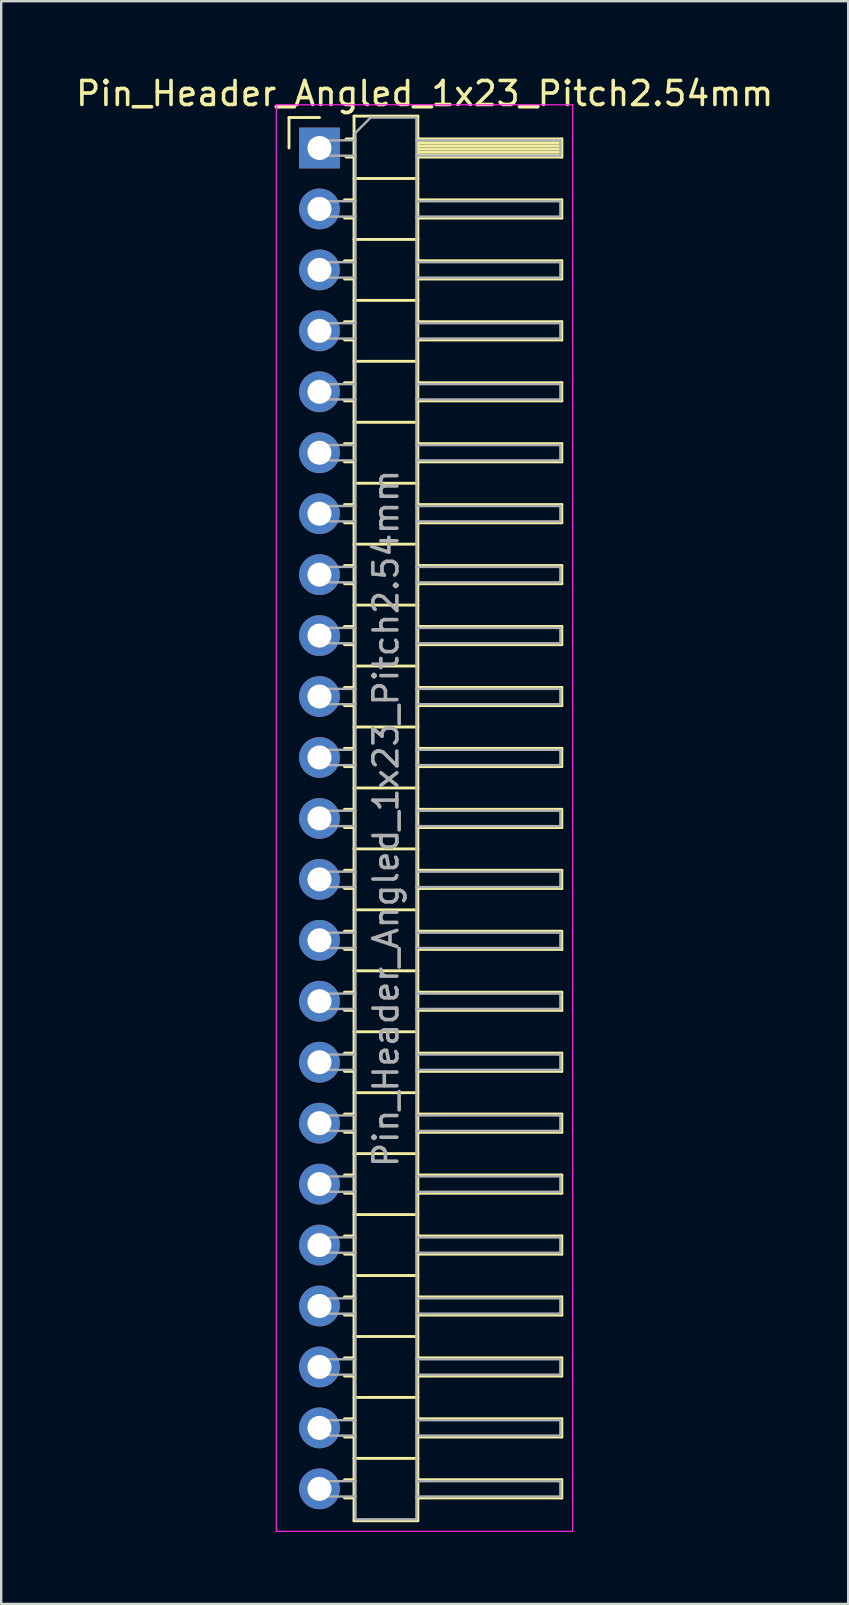
<source format=kicad_pcb>
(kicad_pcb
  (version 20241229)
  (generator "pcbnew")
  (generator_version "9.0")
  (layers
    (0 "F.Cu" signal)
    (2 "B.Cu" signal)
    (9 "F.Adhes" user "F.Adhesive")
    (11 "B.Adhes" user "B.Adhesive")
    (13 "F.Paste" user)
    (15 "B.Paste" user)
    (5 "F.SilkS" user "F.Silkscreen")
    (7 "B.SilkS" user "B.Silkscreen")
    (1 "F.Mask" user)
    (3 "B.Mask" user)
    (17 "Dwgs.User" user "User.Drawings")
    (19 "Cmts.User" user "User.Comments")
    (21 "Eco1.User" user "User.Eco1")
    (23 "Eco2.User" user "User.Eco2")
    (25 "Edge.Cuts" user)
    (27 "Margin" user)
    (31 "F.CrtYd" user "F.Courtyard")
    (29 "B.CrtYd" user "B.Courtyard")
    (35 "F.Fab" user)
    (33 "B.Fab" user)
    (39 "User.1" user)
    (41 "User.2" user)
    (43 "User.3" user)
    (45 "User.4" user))
  (footprint "Pin_Header_Angled_1x23_Pitch2.54mm"
    (layer "F.Cu")
    (at 10.264 3.118)
    (property "Reference" "Pin_Header_Angled_1x23_Pitch2.54mm" (at 4.385 -2.27 0) (layer "F.SilkS") (effects (font (size 1 1) (thickness 0.15))))
    (attr through_hole)
    (fp_line (start -1.27 -1.27) (end 0 -1.27) (stroke (width 0.12) (type solid)) (layer "F.SilkS"))
    (fp_line (start -1.27 0) (end -1.27 -1.27) (stroke (width 0.12) (type solid)) (layer "F.SilkS"))
    (fp_line (start 1.043 2.16) (end 1.44 2.16) (stroke (width 0.12) (type solid)) (layer "F.SilkS"))
    (fp_line (start 1.043 2.92) (end 1.44 2.92) (stroke (width 0.12) (type solid)) (layer "F.SilkS"))
    (fp_line (start 1.043 4.7) (end 1.44 4.7) (stroke (width 0.12) (type solid)) (layer "F.SilkS"))
    (fp_line (start 1.043 5.46) (end 1.44 5.46) (stroke (width 0.12) (type solid)) (layer "F.SilkS"))
    (fp_line (start 1.043 7.24) (end 1.44 7.24) (stroke (width 0.12) (type solid)) (layer "F.SilkS"))
    (fp_line (start 1.043 8) (end 1.44 8) (stroke (width 0.12) (type solid)) (layer "F.SilkS"))
    (fp_line (start 1.043 9.78) (end 1.44 9.78) (stroke (width 0.12) (type solid)) (layer "F.SilkS"))
    (fp_line (start 1.043 10.54) (end 1.44 10.54) (stroke (width 0.12) (type solid)) (layer "F.SilkS"))
    (fp_line (start 1.043 12.32) (end 1.44 12.32) (stroke (width 0.12) (type solid)) (layer "F.SilkS"))
    (fp_line (start 1.043 13.08) (end 1.44 13.08) (stroke (width 0.12) (type solid)) (layer "F.SilkS"))
    (fp_line (start 1.043 14.86) (end 1.44 14.86) (stroke (width 0.12) (type solid)) (layer "F.SilkS"))
    (fp_line (start 1.043 15.62) (end 1.44 15.62) (stroke (width 0.12) (type solid)) (layer "F.SilkS"))
    (fp_line (start 1.043 17.4) (end 1.44 17.4) (stroke (width 0.12) (type solid)) (layer "F.SilkS"))
    (fp_line (start 1.043 18.16) (end 1.44 18.16) (stroke (width 0.12) (type solid)) (layer "F.SilkS"))
    (fp_line (start 1.043 19.94) (end 1.44 19.94) (stroke (width 0.12) (type solid)) (layer "F.SilkS"))
    (fp_line (start 1.043 20.7) (end 1.44 20.7) (stroke (width 0.12) (type solid)) (layer "F.SilkS"))
    (fp_line (start 1.043 22.48) (end 1.44 22.48) (stroke (width 0.12) (type solid)) (layer "F.SilkS"))
    (fp_line (start 1.043 23.24) (end 1.44 23.24) (stroke (width 0.12) (type solid)) (layer "F.SilkS"))
    (fp_line (start 1.043 25.02) (end 1.44 25.02) (stroke (width 0.12) (type solid)) (layer "F.SilkS"))
    (fp_line (start 1.043 25.78) (end 1.44 25.78) (stroke (width 0.12) (type solid)) (layer "F.SilkS"))
    (fp_line (start 1.043 27.56) (end 1.44 27.56) (stroke (width 0.12) (type solid)) (layer "F.SilkS"))
    (fp_line (start 1.043 28.32) (end 1.44 28.32) (stroke (width 0.12) (type solid)) (layer "F.SilkS"))
    (fp_line (start 1.043 30.1) (end 1.44 30.1) (stroke (width 0.12) (type solid)) (layer "F.SilkS"))
    (fp_line (start 1.043 30.86) (end 1.44 30.86) (stroke (width 0.12) (type solid)) (layer "F.SilkS"))
    (fp_line (start 1.043 32.64) (end 1.44 32.64) (stroke (width 0.12) (type solid)) (layer "F.SilkS"))
    (fp_line (start 1.043 33.4) (end 1.44 33.4) (stroke (width 0.12) (type solid)) (layer "F.SilkS"))
    (fp_line (start 1.043 35.18) (end 1.44 35.18) (stroke (width 0.12) (type solid)) (layer "F.SilkS"))
    (fp_line (start 1.043 35.94) (end 1.44 35.94) (stroke (width 0.12) (type solid)) (layer "F.SilkS"))
    (fp_line (start 1.043 37.72) (end 1.44 37.72) (stroke (width 0.12) (type solid)) (layer "F.SilkS"))
    (fp_line (start 1.043 38.48) (end 1.44 38.48) (stroke (width 0.12) (type solid)) (layer "F.SilkS"))
    (fp_line (start 1.043 40.26) (end 1.44 40.26) (stroke (width 0.12) (type solid)) (layer "F.SilkS"))
    (fp_line (start 1.043 41.02) (end 1.44 41.02) (stroke (width 0.12) (type solid)) (layer "F.SilkS"))
    (fp_line (start 1.043 42.8) (end 1.44 42.8) (stroke (width 0.12) (type solid)) (layer "F.SilkS"))
    (fp_line (start 1.043 43.56) (end 1.44 43.56) (stroke (width 0.12) (type solid)) (layer "F.SilkS"))
    (fp_line (start 1.043 45.34) (end 1.44 45.34) (stroke (width 0.12) (type solid)) (layer "F.SilkS"))
    (fp_line (start 1.043 46.1) (end 1.44 46.1) (stroke (width 0.12) (type solid)) (layer "F.SilkS"))
    (fp_line (start 1.043 47.88) (end 1.44 47.88) (stroke (width 0.12) (type solid)) (layer "F.SilkS"))
    (fp_line (start 1.043 48.64) (end 1.44 48.64) (stroke (width 0.12) (type solid)) (layer "F.SilkS"))
    (fp_line (start 1.043 50.42) (end 1.44 50.42) (stroke (width 0.12) (type solid)) (layer "F.SilkS"))
    (fp_line (start 1.043 51.18) (end 1.44 51.18) (stroke (width 0.12) (type solid)) (layer "F.SilkS"))
    (fp_line (start 1.043 52.96) (end 1.44 52.96) (stroke (width 0.12) (type solid)) (layer "F.SilkS"))
    (fp_line (start 1.043 53.72) (end 1.44 53.72) (stroke (width 0.12) (type solid)) (layer "F.SilkS"))
    (fp_line (start 1.043 55.5) (end 1.44 55.5) (stroke (width 0.12) (type solid)) (layer "F.SilkS"))
    (fp_line (start 1.043 56.26) (end 1.44 56.26) (stroke (width 0.12) (type solid)) (layer "F.SilkS"))
    (fp_line (start 1.11 -0.38) (end 1.44 -0.38) (stroke (width 0.12) (type solid)) (layer "F.SilkS"))
    (fp_line (start 1.11 0.38) (end 1.44 0.38) (stroke (width 0.12) (type solid)) (layer "F.SilkS"))
    (fp_line (start 1.44 -1.33) (end 1.44 57.21) (stroke (width 0.12) (type solid)) (layer "F.SilkS"))
    (fp_line (start 1.44 1.27) (end 4.1 1.27) (stroke (width 0.12) (type solid)) (layer "F.SilkS"))
    (fp_line (start 1.44 3.81) (end 4.1 3.81) (stroke (width 0.12) (type solid)) (layer "F.SilkS"))
    (fp_line (start 1.44 6.35) (end 4.1 6.35) (stroke (width 0.12) (type solid)) (layer "F.SilkS"))
    (fp_line (start 1.44 8.89) (end 4.1 8.89) (stroke (width 0.12) (type solid)) (layer "F.SilkS"))
    (fp_line (start 1.44 11.43) (end 4.1 11.43) (stroke (width 0.12) (type solid)) (layer "F.SilkS"))
    (fp_line (start 1.44 13.97) (end 4.1 13.97) (stroke (width 0.12) (type solid)) (layer "F.SilkS"))
    (fp_line (start 1.44 16.51) (end 4.1 16.51) (stroke (width 0.12) (type solid)) (layer "F.SilkS"))
    (fp_line (start 1.44 19.05) (end 4.1 19.05) (stroke (width 0.12) (type solid)) (layer "F.SilkS"))
    (fp_line (start 1.44 21.59) (end 4.1 21.59) (stroke (width 0.12) (type solid)) (layer "F.SilkS"))
    (fp_line (start 1.44 24.13) (end 4.1 24.13) (stroke (width 0.12) (type solid)) (layer "F.SilkS"))
    (fp_line (start 1.44 26.67) (end 4.1 26.67) (stroke (width 0.12) (type solid)) (layer "F.SilkS"))
    (fp_line (start 1.44 29.21) (end 4.1 29.21) (stroke (width 0.12) (type solid)) (layer "F.SilkS"))
    (fp_line (start 1.44 31.75) (end 4.1 31.75) (stroke (width 0.12) (type solid)) (layer "F.SilkS"))
    (fp_line (start 1.44 34.29) (end 4.1 34.29) (stroke (width 0.12) (type solid)) (layer "F.SilkS"))
    (fp_line (start 1.44 36.83) (end 4.1 36.83) (stroke (width 0.12) (type solid)) (layer "F.SilkS"))
    (fp_line (start 1.44 39.37) (end 4.1 39.37) (stroke (width 0.12) (type solid)) (layer "F.SilkS"))
    (fp_line (start 1.44 41.91) (end 4.1 41.91) (stroke (width 0.12) (type solid)) (layer "F.SilkS"))
    (fp_line (start 1.44 44.45) (end 4.1 44.45) (stroke (width 0.12) (type solid)) (layer "F.SilkS"))
    (fp_line (start 1.44 46.99) (end 4.1 46.99) (stroke (width 0.12) (type solid)) (layer "F.SilkS"))
    (fp_line (start 1.44 49.53) (end 4.1 49.53) (stroke (width 0.12) (type solid)) (layer "F.SilkS"))
    (fp_line (start 1.44 52.07) (end 4.1 52.07) (stroke (width 0.12) (type solid)) (layer "F.SilkS"))
    (fp_line (start 1.44 54.61) (end 4.1 54.61) (stroke (width 0.12) (type solid)) (layer "F.SilkS"))
    (fp_line (start 1.44 57.21) (end 4.1 57.21) (stroke (width 0.12) (type solid)) (layer "F.SilkS"))
    (fp_line (start 4.1 -1.33) (end 1.44 -1.33) (stroke (width 0.12) (type solid)) (layer "F.SilkS"))
    (fp_line (start 4.1 -0.38) (end 10.1 -0.38) (stroke (width 0.12) (type solid)) (layer "F.SilkS"))
    (fp_line (start 4.1 -0.32) (end 10.1 -0.32) (stroke (width 0.12) (type solid)) (layer "F.SilkS"))
    (fp_line (start 4.1 -0.2) (end 10.1 -0.2) (stroke (width 0.12) (type solid)) (layer "F.SilkS"))
    (fp_line (start 4.1 -0.08) (end 10.1 -0.08) (stroke (width 0.12) (type solid)) (layer "F.SilkS"))
    (fp_line (start 4.1 0.04) (end 10.1 0.04) (stroke (width 0.12) (type solid)) (layer "F.SilkS"))
    (fp_line (start 4.1 0.16) (end 10.1 0.16) (stroke (width 0.12) (type solid)) (layer "F.SilkS"))
    (fp_line (start 4.1 0.28) (end 10.1 0.28) (stroke (width 0.12) (type solid)) (layer "F.SilkS"))
    (fp_line (start 4.1 2.16) (end 10.1 2.16) (stroke (width 0.12) (type solid)) (layer "F.SilkS"))
    (fp_line (start 4.1 4.7) (end 10.1 4.7) (stroke (width 0.12) (type solid)) (layer "F.SilkS"))
    (fp_line (start 4.1 7.24) (end 10.1 7.24) (stroke (width 0.12) (type solid)) (layer "F.SilkS"))
    (fp_line (start 4.1 9.78) (end 10.1 9.78) (stroke (width 0.12) (type solid)) (layer "F.SilkS"))
    (fp_line (start 4.1 12.32) (end 10.1 12.32) (stroke (width 0.12) (type solid)) (layer "F.SilkS"))
    (fp_line (start 4.1 14.86) (end 10.1 14.86) (stroke (width 0.12) (type solid)) (layer "F.SilkS"))
    (fp_line (start 4.1 17.4) (end 10.1 17.4) (stroke (width 0.12) (type solid)) (layer "F.SilkS"))
    (fp_line (start 4.1 19.94) (end 10.1 19.94) (stroke (width 0.12) (type solid)) (layer "F.SilkS"))
    (fp_line (start 4.1 22.48) (end 10.1 22.48) (stroke (width 0.12) (type solid)) (layer "F.SilkS"))
    (fp_line (start 4.1 25.02) (end 10.1 25.02) (stroke (width 0.12) (type solid)) (layer "F.SilkS"))
    (fp_line (start 4.1 27.56) (end 10.1 27.56) (stroke (width 0.12) (type solid)) (layer "F.SilkS"))
    (fp_line (start 4.1 30.1) (end 10.1 30.1) (stroke (width 0.12) (type solid)) (layer "F.SilkS"))
    (fp_line (start 4.1 32.64) (end 10.1 32.64) (stroke (width 0.12) (type solid)) (layer "F.SilkS"))
    (fp_line (start 4.1 35.18) (end 10.1 35.18) (stroke (width 0.12) (type solid)) (layer "F.SilkS"))
    (fp_line (start 4.1 37.72) (end 10.1 37.72) (stroke (width 0.12) (type solid)) (layer "F.SilkS"))
    (fp_line (start 4.1 40.26) (end 10.1 40.26) (stroke (width 0.12) (type solid)) (layer "F.SilkS"))
    (fp_line (start 4.1 42.8) (end 10.1 42.8) (stroke (width 0.12) (type solid)) (layer "F.SilkS"))
    (fp_line (start 4.1 45.34) (end 10.1 45.34) (stroke (width 0.12) (type solid)) (layer "F.SilkS"))
    (fp_line (start 4.1 47.88) (end 10.1 47.88) (stroke (width 0.12) (type solid)) (layer "F.SilkS"))
    (fp_line (start 4.1 50.42) (end 10.1 50.42) (stroke (width 0.12) (type solid)) (layer "F.SilkS"))
    (fp_line (start 4.1 52.96) (end 10.1 52.96) (stroke (width 0.12) (type solid)) (layer "F.SilkS"))
    (fp_line (start 4.1 55.5) (end 10.1 55.5) (stroke (width 0.12) (type solid)) (layer "F.SilkS"))
    (fp_line (start 4.1 57.21) (end 4.1 -1.33) (stroke (width 0.12) (type solid)) (layer "F.SilkS"))
    (fp_line (start 10.1 -0.38) (end 10.1 0.38) (stroke (width 0.12) (type solid)) (layer "F.SilkS"))
    (fp_line (start 10.1 0.38) (end 4.1 0.38) (stroke (width 0.12) (type solid)) (layer "F.SilkS"))
    (fp_line (start 10.1 2.16) (end 10.1 2.92) (stroke (width 0.12) (type solid)) (layer "F.SilkS"))
    (fp_line (start 10.1 2.92) (end 4.1 2.92) (stroke (width 0.12) (type solid)) (layer "F.SilkS"))
    (fp_line (start 10.1 4.7) (end 10.1 5.46) (stroke (width 0.12) (type solid)) (layer "F.SilkS"))
    (fp_line (start 10.1 5.46) (end 4.1 5.46) (stroke (width 0.12) (type solid)) (layer "F.SilkS"))
    (fp_line (start 10.1 7.24) (end 10.1 8) (stroke (width 0.12) (type solid)) (layer "F.SilkS"))
    (fp_line (start 10.1 8) (end 4.1 8) (stroke (width 0.12) (type solid)) (layer "F.SilkS"))
    (fp_line (start 10.1 9.78) (end 10.1 10.54) (stroke (width 0.12) (type solid)) (layer "F.SilkS"))
    (fp_line (start 10.1 10.54) (end 4.1 10.54) (stroke (width 0.12) (type solid)) (layer "F.SilkS"))
    (fp_line (start 10.1 12.32) (end 10.1 13.08) (stroke (width 0.12) (type solid)) (layer "F.SilkS"))
    (fp_line (start 10.1 13.08) (end 4.1 13.08) (stroke (width 0.12) (type solid)) (layer "F.SilkS"))
    (fp_line (start 10.1 14.86) (end 10.1 15.62) (stroke (width 0.12) (type solid)) (layer "F.SilkS"))
    (fp_line (start 10.1 15.62) (end 4.1 15.62) (stroke (width 0.12) (type solid)) (layer "F.SilkS"))
    (fp_line (start 10.1 17.4) (end 10.1 18.16) (stroke (width 0.12) (type solid)) (layer "F.SilkS"))
    (fp_line (start 10.1 18.16) (end 4.1 18.16) (stroke (width 0.12) (type solid)) (layer "F.SilkS"))
    (fp_line (start 10.1 19.94) (end 10.1 20.7) (stroke (width 0.12) (type solid)) (layer "F.SilkS"))
    (fp_line (start 10.1 20.7) (end 4.1 20.7) (stroke (width 0.12) (type solid)) (layer "F.SilkS"))
    (fp_line (start 10.1 22.48) (end 10.1 23.24) (stroke (width 0.12) (type solid)) (layer "F.SilkS"))
    (fp_line (start 10.1 23.24) (end 4.1 23.24) (stroke (width 0.12) (type solid)) (layer "F.SilkS"))
    (fp_line (start 10.1 25.02) (end 10.1 25.78) (stroke (width 0.12) (type solid)) (layer "F.SilkS"))
    (fp_line (start 10.1 25.78) (end 4.1 25.78) (stroke (width 0.12) (type solid)) (layer "F.SilkS"))
    (fp_line (start 10.1 27.56) (end 10.1 28.32) (stroke (width 0.12) (type solid)) (layer "F.SilkS"))
    (fp_line (start 10.1 28.32) (end 4.1 28.32) (stroke (width 0.12) (type solid)) (layer "F.SilkS"))
    (fp_line (start 10.1 30.1) (end 10.1 30.86) (stroke (width 0.12) (type solid)) (layer "F.SilkS"))
    (fp_line (start 10.1 30.86) (end 4.1 30.86) (stroke (width 0.12) (type solid)) (layer "F.SilkS"))
    (fp_line (start 10.1 32.64) (end 10.1 33.4) (stroke (width 0.12) (type solid)) (layer "F.SilkS"))
    (fp_line (start 10.1 33.4) (end 4.1 33.4) (stroke (width 0.12) (type solid)) (layer "F.SilkS"))
    (fp_line (start 10.1 35.18) (end 10.1 35.94) (stroke (width 0.12) (type solid)) (layer "F.SilkS"))
    (fp_line (start 10.1 35.94) (end 4.1 35.94) (stroke (width 0.12) (type solid)) (layer "F.SilkS"))
    (fp_line (start 10.1 37.72) (end 10.1 38.48) (stroke (width 0.12) (type solid)) (layer "F.SilkS"))
    (fp_line (start 10.1 38.48) (end 4.1 38.48) (stroke (width 0.12) (type solid)) (layer "F.SilkS"))
    (fp_line (start 10.1 40.26) (end 10.1 41.02) (stroke (width 0.12) (type solid)) (layer "F.SilkS"))
    (fp_line (start 10.1 41.02) (end 4.1 41.02) (stroke (width 0.12) (type solid)) (layer "F.SilkS"))
    (fp_line (start 10.1 42.8) (end 10.1 43.56) (stroke (width 0.12) (type solid)) (layer "F.SilkS"))
    (fp_line (start 10.1 43.56) (end 4.1 43.56) (stroke (width 0.12) (type solid)) (layer "F.SilkS"))
    (fp_line (start 10.1 45.34) (end 10.1 46.1) (stroke (width 0.12) (type solid)) (layer "F.SilkS"))
    (fp_line (start 10.1 46.1) (end 4.1 46.1) (stroke (width 0.12) (type solid)) (layer "F.SilkS"))
    (fp_line (start 10.1 47.88) (end 10.1 48.64) (stroke (width 0.12) (type solid)) (layer "F.SilkS"))
    (fp_line (start 10.1 48.64) (end 4.1 48.64) (stroke (width 0.12) (type solid)) (layer "F.SilkS"))
    (fp_line (start 10.1 50.42) (end 10.1 51.18) (stroke (width 0.12) (type solid)) (layer "F.SilkS"))
    (fp_line (start 10.1 51.18) (end 4.1 51.18) (stroke (width 0.12) (type solid)) (layer "F.SilkS"))
    (fp_line (start 10.1 52.96) (end 10.1 53.72) (stroke (width 0.12) (type solid)) (layer "F.SilkS"))
    (fp_line (start 10.1 53.72) (end 4.1 53.72) (stroke (width 0.12) (type solid)) (layer "F.SilkS"))
    (fp_line (start 10.1 55.5) (end 10.1 56.26) (stroke (width 0.12) (type solid)) (layer "F.SilkS"))
    (fp_line (start 10.1 56.26) (end 4.1 56.26) (stroke (width 0.12) (type solid)) (layer "F.SilkS"))
    (fp_line (start -1.8 -1.8) (end -1.8 57.65) (stroke (width 0.05) (type solid)) (layer "F.CrtYd"))
    (fp_line (start -1.8 57.65) (end 10.55 57.65) (stroke (width 0.05) (type solid)) (layer "F.CrtYd"))
    (fp_line (start 10.55 -1.8) (end -1.8 -1.8) (stroke (width 0.05) (type solid)) (layer "F.CrtYd"))
    (fp_line (start 10.55 57.65) (end 10.55 -1.8) (stroke (width 0.05) (type solid)) (layer "F.CrtYd"))
    (fp_line (start -0.32 -0.32) (end -0.32 0.32) (stroke (width 0.1) (type solid)) (layer "F.Fab"))
    (fp_line (start -0.32 -0.32) (end 1.5 -0.32) (stroke (width 0.1) (type solid)) (layer "F.Fab"))
    (fp_line (start -0.32 0.32) (end 1.5 0.32) (stroke (width 0.1) (type solid)) (layer "F.Fab"))
    (fp_line (start -0.32 2.22) (end -0.32 2.86) (stroke (width 0.1) (type solid)) (layer "F.Fab"))
    (fp_line (start -0.32 2.22) (end 1.5 2.22) (stroke (width 0.1) (type solid)) (layer "F.Fab"))
    (fp_line (start -0.32 2.86) (end 1.5 2.86) (stroke (width 0.1) (type solid)) (layer "F.Fab"))
    (fp_line (start -0.32 4.76) (end -0.32 5.4) (stroke (width 0.1) (type solid)) (layer "F.Fab"))
    (fp_line (start -0.32 4.76) (end 1.5 4.76) (stroke (width 0.1) (type solid)) (layer "F.Fab"))
    (fp_line (start -0.32 5.4) (end 1.5 5.4) (stroke (width 0.1) (type solid)) (layer "F.Fab"))
    (fp_line (start -0.32 7.3) (end -0.32 7.94) (stroke (width 0.1) (type solid)) (layer "F.Fab"))
    (fp_line (start -0.32 7.3) (end 1.5 7.3) (stroke (width 0.1) (type solid)) (layer "F.Fab"))
    (fp_line (start -0.32 7.94) (end 1.5 7.94) (stroke (width 0.1) (type solid)) (layer "F.Fab"))
    (fp_line (start -0.32 9.84) (end -0.32 10.48) (stroke (width 0.1) (type solid)) (layer "F.Fab"))
    (fp_line (start -0.32 9.84) (end 1.5 9.84) (stroke (width 0.1) (type solid)) (layer "F.Fab"))
    (fp_line (start -0.32 10.48) (end 1.5 10.48) (stroke (width 0.1) (type solid)) (layer "F.Fab"))
    (fp_line (start -0.32 12.38) (end -0.32 13.02) (stroke (width 0.1) (type solid)) (layer "F.Fab"))
    (fp_line (start -0.32 12.38) (end 1.5 12.38) (stroke (width 0.1) (type solid)) (layer "F.Fab"))
    (fp_line (start -0.32 13.02) (end 1.5 13.02) (stroke (width 0.1) (type solid)) (layer "F.Fab"))
    (fp_line (start -0.32 14.92) (end -0.32 15.56) (stroke (width 0.1) (type solid)) (layer "F.Fab"))
    (fp_line (start -0.32 14.92) (end 1.5 14.92) (stroke (width 0.1) (type solid)) (layer "F.Fab"))
    (fp_line (start -0.32 15.56) (end 1.5 15.56) (stroke (width 0.1) (type solid)) (layer "F.Fab"))
    (fp_line (start -0.32 17.46) (end -0.32 18.1) (stroke (width 0.1) (type solid)) (layer "F.Fab"))
    (fp_line (start -0.32 17.46) (end 1.5 17.46) (stroke (width 0.1) (type solid)) (layer "F.Fab"))
    (fp_line (start -0.32 18.1) (end 1.5 18.1) (stroke (width 0.1) (type solid)) (layer "F.Fab"))
    (fp_line (start -0.32 20) (end -0.32 20.64) (stroke (width 0.1) (type solid)) (layer "F.Fab"))
    (fp_line (start -0.32 20) (end 1.5 20) (stroke (width 0.1) (type solid)) (layer "F.Fab"))
    (fp_line (start -0.32 20.64) (end 1.5 20.64) (stroke (width 0.1) (type solid)) (layer "F.Fab"))
    (fp_line (start -0.32 22.54) (end -0.32 23.18) (stroke (width 0.1) (type solid)) (layer "F.Fab"))
    (fp_line (start -0.32 22.54) (end 1.5 22.54) (stroke (width 0.1) (type solid)) (layer "F.Fab"))
    (fp_line (start -0.32 23.18) (end 1.5 23.18) (stroke (width 0.1) (type solid)) (layer "F.Fab"))
    (fp_line (start -0.32 25.08) (end -0.32 25.72) (stroke (width 0.1) (type solid)) (layer "F.Fab"))
    (fp_line (start -0.32 25.08) (end 1.5 25.08) (stroke (width 0.1) (type solid)) (layer "F.Fab"))
    (fp_line (start -0.32 25.72) (end 1.5 25.72) (stroke (width 0.1) (type solid)) (layer "F.Fab"))
    (fp_line (start -0.32 27.62) (end -0.32 28.26) (stroke (width 0.1) (type solid)) (layer "F.Fab"))
    (fp_line (start -0.32 27.62) (end 1.5 27.62) (stroke (width 0.1) (type solid)) (layer "F.Fab"))
    (fp_line (start -0.32 28.26) (end 1.5 28.26) (stroke (width 0.1) (type solid)) (layer "F.Fab"))
    (fp_line (start -0.32 30.16) (end -0.32 30.8) (stroke (width 0.1) (type solid)) (layer "F.Fab"))
    (fp_line (start -0.32 30.16) (end 1.5 30.16) (stroke (width 0.1) (type solid)) (layer "F.Fab"))
    (fp_line (start -0.32 30.8) (end 1.5 30.8) (stroke (width 0.1) (type solid)) (layer "F.Fab"))
    (fp_line (start -0.32 32.7) (end -0.32 33.34) (stroke (width 0.1) (type solid)) (layer "F.Fab"))
    (fp_line (start -0.32 32.7) (end 1.5 32.7) (stroke (width 0.1) (type solid)) (layer "F.Fab"))
    (fp_line (start -0.32 33.34) (end 1.5 33.34) (stroke (width 0.1) (type solid)) (layer "F.Fab"))
    (fp_line (start -0.32 35.24) (end -0.32 35.88) (stroke (width 0.1) (type solid)) (layer "F.Fab"))
    (fp_line (start -0.32 35.24) (end 1.5 35.24) (stroke (width 0.1) (type solid)) (layer "F.Fab"))
    (fp_line (start -0.32 35.88) (end 1.5 35.88) (stroke (width 0.1) (type solid)) (layer "F.Fab"))
    (fp_line (start -0.32 37.78) (end -0.32 38.42) (stroke (width 0.1) (type solid)) (layer "F.Fab"))
    (fp_line (start -0.32 37.78) (end 1.5 37.78) (stroke (width 0.1) (type solid)) (layer "F.Fab"))
    (fp_line (start -0.32 38.42) (end 1.5 38.42) (stroke (width 0.1) (type solid)) (layer "F.Fab"))
    (fp_line (start -0.32 40.32) (end -0.32 40.96) (stroke (width 0.1) (type solid)) (layer "F.Fab"))
    (fp_line (start -0.32 40.32) (end 1.5 40.32) (stroke (width 0.1) (type solid)) (layer "F.Fab"))
    (fp_line (start -0.32 40.96) (end 1.5 40.96) (stroke (width 0.1) (type solid)) (layer "F.Fab"))
    (fp_line (start -0.32 42.86) (end -0.32 43.5) (stroke (width 0.1) (type solid)) (layer "F.Fab"))
    (fp_line (start -0.32 42.86) (end 1.5 42.86) (stroke (width 0.1) (type solid)) (layer "F.Fab"))
    (fp_line (start -0.32 43.5) (end 1.5 43.5) (stroke (width 0.1) (type solid)) (layer "F.Fab"))
    (fp_line (start -0.32 45.4) (end -0.32 46.04) (stroke (width 0.1) (type solid)) (layer "F.Fab"))
    (fp_line (start -0.32 45.4) (end 1.5 45.4) (stroke (width 0.1) (type solid)) (layer "F.Fab"))
    (fp_line (start -0.32 46.04) (end 1.5 46.04) (stroke (width 0.1) (type solid)) (layer "F.Fab"))
    (fp_line (start -0.32 47.94) (end -0.32 48.58) (stroke (width 0.1) (type solid)) (layer "F.Fab"))
    (fp_line (start -0.32 47.94) (end 1.5 47.94) (stroke (width 0.1) (type solid)) (layer "F.Fab"))
    (fp_line (start -0.32 48.58) (end 1.5 48.58) (stroke (width 0.1) (type solid)) (layer "F.Fab"))
    (fp_line (start -0.32 50.48) (end -0.32 51.12) (stroke (width 0.1) (type solid)) (layer "F.Fab"))
    (fp_line (start -0.32 50.48) (end 1.5 50.48) (stroke (width 0.1) (type solid)) (layer "F.Fab"))
    (fp_line (start -0.32 51.12) (end 1.5 51.12) (stroke (width 0.1) (type solid)) (layer "F.Fab"))
    (fp_line (start -0.32 53.02) (end -0.32 53.66) (stroke (width 0.1) (type solid)) (layer "F.Fab"))
    (fp_line (start -0.32 53.02) (end 1.5 53.02) (stroke (width 0.1) (type solid)) (layer "F.Fab"))
    (fp_line (start -0.32 53.66) (end 1.5 53.66) (stroke (width 0.1) (type solid)) (layer "F.Fab"))
    (fp_line (start -0.32 55.56) (end -0.32 56.2) (stroke (width 0.1) (type solid)) (layer "F.Fab"))
    (fp_line (start -0.32 55.56) (end 1.5 55.56) (stroke (width 0.1) (type solid)) (layer "F.Fab"))
    (fp_line (start -0.32 56.2) (end 1.5 56.2) (stroke (width 0.1) (type solid)) (layer "F.Fab"))
    (fp_line (start 1.5 -0.635) (end 2.135 -1.27) (stroke (width 0.1) (type solid)) (layer "F.Fab"))
    (fp_line (start 1.5 57.15) (end 1.5 -0.635) (stroke (width 0.1) (type solid)) (layer "F.Fab"))
    (fp_line (start 2.135 -1.27) (end 4.04 -1.27) (stroke (width 0.1) (type solid)) (layer "F.Fab"))
    (fp_line (start 4.04 -1.27) (end 4.04 57.15) (stroke (width 0.1) (type solid)) (layer "F.Fab"))
    (fp_line (start 4.04 -0.32) (end 10.04 -0.32) (stroke (width 0.1) (type solid)) (layer "F.Fab"))
    (fp_line (start 4.04 0.32) (end 10.04 0.32) (stroke (width 0.1) (type solid)) (layer "F.Fab"))
    (fp_line (start 4.04 2.22) (end 10.04 2.22) (stroke (width 0.1) (type solid)) (layer "F.Fab"))
    (fp_line (start 4.04 2.86) (end 10.04 2.86) (stroke (width 0.1) (type solid)) (layer "F.Fab"))
    (fp_line (start 4.04 4.76) (end 10.04 4.76) (stroke (width 0.1) (type solid)) (layer "F.Fab"))
    (fp_line (start 4.04 5.4) (end 10.04 5.4) (stroke (width 0.1) (type solid)) (layer "F.Fab"))
    (fp_line (start 4.04 7.3) (end 10.04 7.3) (stroke (width 0.1) (type solid)) (layer "F.Fab"))
    (fp_line (start 4.04 7.94) (end 10.04 7.94) (stroke (width 0.1) (type solid)) (layer "F.Fab"))
    (fp_line (start 4.04 9.84) (end 10.04 9.84) (stroke (width 0.1) (type solid)) (layer "F.Fab"))
    (fp_line (start 4.04 10.48) (end 10.04 10.48) (stroke (width 0.1) (type solid)) (layer "F.Fab"))
    (fp_line (start 4.04 12.38) (end 10.04 12.38) (stroke (width 0.1) (type solid)) (layer "F.Fab"))
    (fp_line (start 4.04 13.02) (end 10.04 13.02) (stroke (width 0.1) (type solid)) (layer "F.Fab"))
    (fp_line (start 4.04 14.92) (end 10.04 14.92) (stroke (width 0.1) (type solid)) (layer "F.Fab"))
    (fp_line (start 4.04 15.56) (end 10.04 15.56) (stroke (width 0.1) (type solid)) (layer "F.Fab"))
    (fp_line (start 4.04 17.46) (end 10.04 17.46) (stroke (width 0.1) (type solid)) (layer "F.Fab"))
    (fp_line (start 4.04 18.1) (end 10.04 18.1) (stroke (width 0.1) (type solid)) (layer "F.Fab"))
    (fp_line (start 4.04 20) (end 10.04 20) (stroke (width 0.1) (type solid)) (layer "F.Fab"))
    (fp_line (start 4.04 20.64) (end 10.04 20.64) (stroke (width 0.1) (type solid)) (layer "F.Fab"))
    (fp_line (start 4.04 22.54) (end 10.04 22.54) (stroke (width 0.1) (type solid)) (layer "F.Fab"))
    (fp_line (start 4.04 23.18) (end 10.04 23.18) (stroke (width 0.1) (type solid)) (layer "F.Fab"))
    (fp_line (start 4.04 25.08) (end 10.04 25.08) (stroke (width 0.1) (type solid)) (layer "F.Fab"))
    (fp_line (start 4.04 25.72) (end 10.04 25.72) (stroke (width 0.1) (type solid)) (layer "F.Fab"))
    (fp_line (start 4.04 27.62) (end 10.04 27.62) (stroke (width 0.1) (type solid)) (layer "F.Fab"))
    (fp_line (start 4.04 28.26) (end 10.04 28.26) (stroke (width 0.1) (type solid)) (layer "F.Fab"))
    (fp_line (start 4.04 30.16) (end 10.04 30.16) (stroke (width 0.1) (type solid)) (layer "F.Fab"))
    (fp_line (start 4.04 30.8) (end 10.04 30.8) (stroke (width 0.1) (type solid)) (layer "F.Fab"))
    (fp_line (start 4.04 32.7) (end 10.04 32.7) (stroke (width 0.1) (type solid)) (layer "F.Fab"))
    (fp_line (start 4.04 33.34) (end 10.04 33.34) (stroke (width 0.1) (type solid)) (layer "F.Fab"))
    (fp_line (start 4.04 35.24) (end 10.04 35.24) (stroke (width 0.1) (type solid)) (layer "F.Fab"))
    (fp_line (start 4.04 35.88) (end 10.04 35.88) (stroke (width 0.1) (type solid)) (layer "F.Fab"))
    (fp_line (start 4.04 37.78) (end 10.04 37.78) (stroke (width 0.1) (type solid)) (layer "F.Fab"))
    (fp_line (start 4.04 38.42) (end 10.04 38.42) (stroke (width 0.1) (type solid)) (layer "F.Fab"))
    (fp_line (start 4.04 40.32) (end 10.04 40.32) (stroke (width 0.1) (type solid)) (layer "F.Fab"))
    (fp_line (start 4.04 40.96) (end 10.04 40.96) (stroke (width 0.1) (type solid)) (layer "F.Fab"))
    (fp_line (start 4.04 42.86) (end 10.04 42.86) (stroke (width 0.1) (type solid)) (layer "F.Fab"))
    (fp_line (start 4.04 43.5) (end 10.04 43.5) (stroke (width 0.1) (type solid)) (layer "F.Fab"))
    (fp_line (start 4.04 45.4) (end 10.04 45.4) (stroke (width 0.1) (type solid)) (layer "F.Fab"))
    (fp_line (start 4.04 46.04) (end 10.04 46.04) (stroke (width 0.1) (type solid)) (layer "F.Fab"))
    (fp_line (start 4.04 47.94) (end 10.04 47.94) (stroke (width 0.1) (type solid)) (layer "F.Fab"))
    (fp_line (start 4.04 48.58) (end 10.04 48.58) (stroke (width 0.1) (type solid)) (layer "F.Fab"))
    (fp_line (start 4.04 50.48) (end 10.04 50.48) (stroke (width 0.1) (type solid)) (layer "F.Fab"))
    (fp_line (start 4.04 51.12) (end 10.04 51.12) (stroke (width 0.1) (type solid)) (layer "F.Fab"))
    (fp_line (start 4.04 53.02) (end 10.04 53.02) (stroke (width 0.1) (type solid)) (layer "F.Fab"))
    (fp_line (start 4.04 53.66) (end 10.04 53.66) (stroke (width 0.1) (type solid)) (layer "F.Fab"))
    (fp_line (start 4.04 55.56) (end 10.04 55.56) (stroke (width 0.1) (type solid)) (layer "F.Fab"))
    (fp_line (start 4.04 56.2) (end 10.04 56.2) (stroke (width 0.1) (type solid)) (layer "F.Fab"))
    (fp_line (start 4.04 57.15) (end 1.5 57.15) (stroke (width 0.1) (type solid)) (layer "F.Fab"))
    (fp_line (start 10.04 -0.32) (end 10.04 0.32) (stroke (width 0.1) (type solid)) (layer "F.Fab"))
    (fp_line (start 10.04 2.22) (end 10.04 2.86) (stroke (width 0.1) (type solid)) (layer "F.Fab"))
    (fp_line (start 10.04 4.76) (end 10.04 5.4) (stroke (width 0.1) (type solid)) (layer "F.Fab"))
    (fp_line (start 10.04 7.3) (end 10.04 7.94) (stroke (width 0.1) (type solid)) (layer "F.Fab"))
    (fp_line (start 10.04 9.84) (end 10.04 10.48) (stroke (width 0.1) (type solid)) (layer "F.Fab"))
    (fp_line (start 10.04 12.38) (end 10.04 13.02) (stroke (width 0.1) (type solid)) (layer "F.Fab"))
    (fp_line (start 10.04 14.92) (end 10.04 15.56) (stroke (width 0.1) (type solid)) (layer "F.Fab"))
    (fp_line (start 10.04 17.46) (end 10.04 18.1) (stroke (width 0.1) (type solid)) (layer "F.Fab"))
    (fp_line (start 10.04 20) (end 10.04 20.64) (stroke (width 0.1) (type solid)) (layer "F.Fab"))
    (fp_line (start 10.04 22.54) (end 10.04 23.18) (stroke (width 0.1) (type solid)) (layer "F.Fab"))
    (fp_line (start 10.04 25.08) (end 10.04 25.72) (stroke (width 0.1) (type solid)) (layer "F.Fab"))
    (fp_line (start 10.04 27.62) (end 10.04 28.26) (stroke (width 0.1) (type solid)) (layer "F.Fab"))
    (fp_line (start 10.04 30.16) (end 10.04 30.8) (stroke (width 0.1) (type solid)) (layer "F.Fab"))
    (fp_line (start 10.04 32.7) (end 10.04 33.34) (stroke (width 0.1) (type solid)) (layer "F.Fab"))
    (fp_line (start 10.04 35.24) (end 10.04 35.88) (stroke (width 0.1) (type solid)) (layer "F.Fab"))
    (fp_line (start 10.04 37.78) (end 10.04 38.42) (stroke (width 0.1) (type solid)) (layer "F.Fab"))
    (fp_line (start 10.04 40.32) (end 10.04 40.96) (stroke (width 0.1) (type solid)) (layer "F.Fab"))
    (fp_line (start 10.04 42.86) (end 10.04 43.5) (stroke (width 0.1) (type solid)) (layer "F.Fab"))
    (fp_line (start 10.04 45.4) (end 10.04 46.04) (stroke (width 0.1) (type solid)) (layer "F.Fab"))
    (fp_line (start 10.04 47.94) (end 10.04 48.58) (stroke (width 0.1) (type solid)) (layer "F.Fab"))
    (fp_line (start 10.04 50.48) (end 10.04 51.12) (stroke (width 0.1) (type solid)) (layer "F.Fab"))
    (fp_line (start 10.04 53.02) (end 10.04 53.66) (stroke (width 0.1) (type solid)) (layer "F.Fab"))
    (fp_line (start 10.04 55.56) (end 10.04 56.2) (stroke (width 0.1) (type solid)) (layer "F.Fab"))
    (fp_text user "${REFERENCE}" (at 2.77 27.94 90) (layer "F.Fab") (effects (font (size 1 1) (thickness 0.15))))
    (pad "1" thru_hole rect (at 0 0) (size 1.7 1.7) (drill 1) (layers "*.Cu" "*.Mask"))
    (pad "2" thru_hole oval (at 0 2.54) (size 1.7 1.7) (drill 1) (layers "*.Cu" "*.Mask"))
    (pad "3" thru_hole oval (at 0 5.08) (size 1.7 1.7) (drill 1) (layers "*.Cu" "*.Mask"))
    (pad "4" thru_hole oval (at 0 7.62) (size 1.7 1.7) (drill 1) (layers "*.Cu" "*.Mask"))
    (pad "5" thru_hole oval (at 0 10.16) (size 1.7 1.7) (drill 1) (layers "*.Cu" "*.Mask"))
    (pad "6" thru_hole oval (at 0 12.7) (size 1.7 1.7) (drill 1) (layers "*.Cu" "*.Mask"))
    (pad "7" thru_hole oval (at 0 15.24) (size 1.7 1.7) (drill 1) (layers "*.Cu" "*.Mask"))
    (pad "8" thru_hole oval (at 0 17.78) (size 1.7 1.7) (drill 1) (layers "*.Cu" "*.Mask"))
    (pad "9" thru_hole oval (at 0 20.32) (size 1.7 1.7) (drill 1) (layers "*.Cu" "*.Mask"))
    (pad "10" thru_hole oval (at 0 22.86) (size 1.7 1.7) (drill 1) (layers "*.Cu" "*.Mask"))
    (pad "11" thru_hole oval (at 0 25.4) (size 1.7 1.7) (drill 1) (layers "*.Cu" "*.Mask"))
    (pad "12" thru_hole oval (at 0 27.94) (size 1.7 1.7) (drill 1) (layers "*.Cu" "*.Mask"))
    (pad "13" thru_hole oval (at 0 30.48) (size 1.7 1.7) (drill 1) (layers "*.Cu" "*.Mask"))
    (pad "14" thru_hole oval (at 0 33.02) (size 1.7 1.7) (drill 1) (layers "*.Cu" "*.Mask"))
    (pad "15" thru_hole oval (at 0 35.56) (size 1.7 1.7) (drill 1) (layers "*.Cu" "*.Mask"))
    (pad "16" thru_hole oval (at 0 38.1) (size 1.7 1.7) (drill 1) (layers "*.Cu" "*.Mask"))
    (pad "17" thru_hole oval (at 0 40.64) (size 1.7 1.7) (drill 1) (layers "*.Cu" "*.Mask"))
    (pad "18" thru_hole oval (at 0 43.18) (size 1.7 1.7) (drill 1) (layers "*.Cu" "*.Mask"))
    (pad "19" thru_hole oval (at 0 45.72) (size 1.7 1.7) (drill 1) (layers "*.Cu" "*.Mask"))
    (pad "20" thru_hole oval (at 0 48.26) (size 1.7 1.7) (drill 1) (layers "*.Cu" "*.Mask"))
    (pad "21" thru_hole oval (at 0 50.8) (size 1.7 1.7) (drill 1) (layers "*.Cu" "*.Mask"))
    (pad "22" thru_hole oval (at 0 53.34) (size 1.7 1.7) (drill 1) (layers "*.Cu" "*.Mask"))
    (pad "23" thru_hole oval (at 0 55.88) (size 1.7 1.7) (drill 1) (layers "*.Cu" "*.Mask")))
  (gr_rect
    (start -3 -3)
    (end 32.298 63.793)
    (stroke (width 0.1) (type default))
    (fill no)
    (layer "Edge.Cuts")))
</source>
